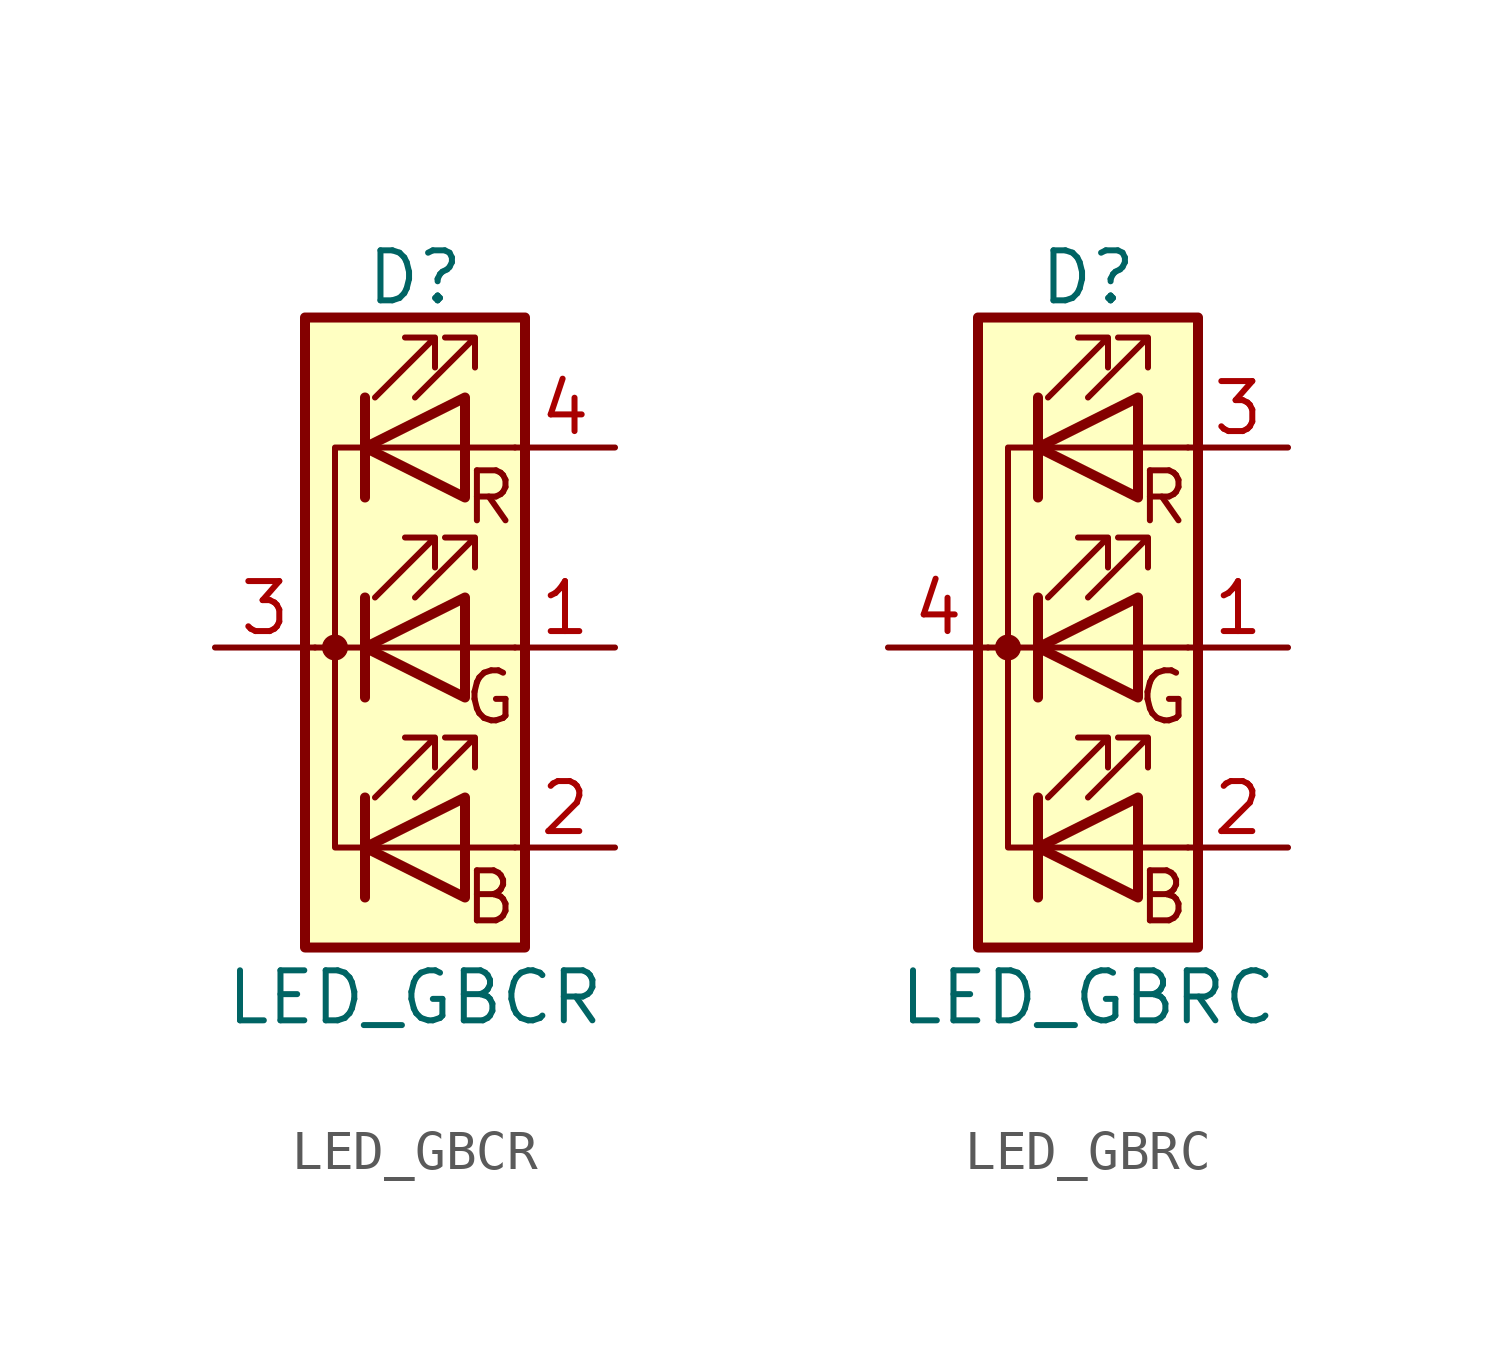
<source format=kicad_sym>
(kicad_symbol_lib
  (version 20211014)
  (generator kicad_symbol_editor)
  (symbol "LED_GBCR"
    (pin_names
      (offset 0) hide)
    (property "Reference" "D"
      (at 0 9.398 0)
      (effects (font (size 1.27 1.27))))
    (property "Value" "LED_GBCR"
      (at 0 -8.89 0)
      (effects (font (size 1.27 1.27))))
    (symbol "LED_GBCR_0_0"
      (text "B" (at 1.905 -6.35 0) (effects (font (size 1.27 1.27))))
      (text "G" (at 1.905 -1.27 0) (effects (font (size 1.27 1.27))))
      (text "R" (at 1.905 3.81 0) (effects (font (size 1.27 1.27)))))
    (symbol "LED_GBCR_0_1"
      (circle (center -2.032 0) (radius 0.254) (stroke (width 0) (type default) (color 0 0 0 0)) (fill (type outline)))
      (polyline (pts (xy -1.27 -5.08) (xy 1.27 -5.08)) (stroke (width 0) (type default) (color 0 0 0 0)) (fill (type none)))
      (polyline (pts (xy -1.27 -3.81) (xy -1.27 -6.35)) (stroke (width 0.254) (type default) (color 0 0 0 0)) (fill (type none)))
      (polyline (pts (xy -1.27 0) (xy -2.54 0)) (stroke (width 0) (type default) (color 0 0 0 0)) (fill (type none)))
      (polyline (pts (xy -1.27 1.27) (xy -1.27 -1.27)) (stroke (width 0.254) (type default) (color 0 0 0 0)) (fill (type none)))
      (polyline (pts (xy -1.27 5.08) (xy 1.27 5.08)) (stroke (width 0) (type default) (color 0 0 0 0)) (fill (type none)))
      (polyline (pts (xy -1.27 6.35) (xy -1.27 3.81)) (stroke (width 0.254) (type default) (color 0 0 0 0)) (fill (type none)))
      (polyline (pts (xy 1.27 -5.08) (xy 2.54 -5.08)) (stroke (width 0) (type default) (color 0 0 0 0)) (fill (type none)))
      (polyline (pts (xy 1.27 0) (xy -1.27 0)) (stroke (width 0) (type default) (color 0 0 0 0)) (fill (type none)))
      (polyline (pts (xy 1.27 0) (xy 2.54 0)) (stroke (width 0) (type default) (color 0 0 0 0)) (fill (type none)))
      (polyline (pts (xy 1.27 5.08) (xy 2.54 5.08)) (stroke (width 0) (type default) (color 0 0 0 0)) (fill (type none)))
      (polyline (pts (xy -1.27 1.27) (xy -1.27 -1.27) (xy -1.27 -1.27)) (stroke (width 0) (type default) (color 0 0 0 0)) (fill (type none)))
      (polyline (pts (xy -1.27 6.35) (xy -1.27 3.81) (xy -1.27 3.81)) (stroke (width 0) (type default) (color 0 0 0 0)) (fill (type none)))
      (polyline (pts (xy -1.27 5.08) (xy -2.032 5.08) (xy -2.032 -5.08) (xy -1.016 -5.08)) (stroke (width 0) (type default) (color 0 0 0 0)) (fill (type none)))
      (polyline (pts (xy 1.27 -3.81) (xy 1.27 -6.35) (xy -1.27 -5.08) (xy 1.27 -3.81)) (stroke (width 0.254) (type default) (color 0 0 0 0)) (fill (type none)))
      (polyline (pts (xy 1.27 1.27) (xy 1.27 -1.27) (xy -1.27 0) (xy 1.27 1.27)) (stroke (width 0.254) (type default) (color 0 0 0 0)) (fill (type none)))
      (polyline (pts (xy 1.27 6.35) (xy 1.27 3.81) (xy -1.27 5.08) (xy 1.27 6.35)) (stroke (width 0.254) (type default) (color 0 0 0 0)) (fill (type none)))
      (polyline (pts (xy -1.016 -3.81) (xy 0.508 -2.286) (xy -0.254 -2.286) (xy 0.508 -2.286) (xy 0.508 -3.048)) (stroke (width 0) (type default) (color 0 0 0 0)) (fill (type none)))
      (polyline (pts (xy -1.016 1.27) (xy 0.508 2.794) (xy -0.254 2.794) (xy 0.508 2.794) (xy 0.508 2.032)) (stroke (width 0) (type default) (color 0 0 0 0)) (fill (type none)))
      (polyline (pts (xy -1.016 6.35) (xy 0.508 7.874) (xy -0.254 7.874) (xy 0.508 7.874) (xy 0.508 7.112)) (stroke (width 0) (type default) (color 0 0 0 0)) (fill (type none)))
      (polyline (pts (xy 0 -3.81) (xy 1.524 -2.286) (xy 0.762 -2.286) (xy 1.524 -2.286) (xy 1.524 -3.048)) (stroke (width 0) (type default) (color 0 0 0 0)) (fill (type none)))
      (polyline (pts (xy 0 1.27) (xy 1.524 2.794) (xy 0.762 2.794) (xy 1.524 2.794) (xy 1.524 2.032)) (stroke (width 0) (type default) (color 0 0 0 0)) (fill (type none)))
      (polyline (pts (xy 0 6.35) (xy 1.524 7.874) (xy 0.762 7.874) (xy 1.524 7.874) (xy 1.524 7.112)) (stroke (width 0) (type default) (color 0 0 0 0)) (fill (type none)))
      (rectangle (start 1.27 -1.27) (end 1.27 1.27) (stroke (width 0) (type default) (color 0 0 0 0)) (fill (type none)))
      (rectangle (start 1.27 1.27) (end 1.27 1.27) (stroke (width 0) (type default) (color 0 0 0 0)) (fill (type none)))
      (rectangle (start 1.27 3.81) (end 1.27 6.35) (stroke (width 0) (type default) (color 0 0 0 0)) (fill (type none)))
      (rectangle (start 1.27 6.35) (end 1.27 6.35) (stroke (width 0) (type default) (color 0 0 0 0)) (fill (type none)))
      (rectangle (start 2.794 8.382) (end -2.794 -7.62) (stroke (width 0.254) (type default) (color 0 0 0 0)) (fill (type background))))
    (symbol "LED_GBCR_1_1"
      (pin passive line (at 5.08 0 180) (length 2.54) (name "GA" (effects (font (size 1.27 1.27)))) (number "1" (effects (font (size 1.27 1.27)))))
      (pin passive line (at 5.08 -5.08 180) (length 2.54) (name "BA" (effects (font (size 1.27 1.27)))) (number "2" (effects (font (size 1.27 1.27)))))
      (pin passive line (at -5.08 0 0) (length 2.54) (name "K" (effects (font (size 1.27 1.27)))) (number "3" (effects (font (size 1.27 1.27)))))
      (pin passive line (at 5.08 5.08 180) (length 2.54) (name "RA" (effects (font (size 1.27 1.27)))) (number "4" (effects (font (size 1.27 1.27)))))))
  (symbol "LED_GBRC"
    (pin_names
      (offset 0) hide)
    (property "Reference" "D"
      (at 0 9.398 0)
      (effects (font (size 1.27 1.27))))
    (property "Value" "LED_GBRC"
      (at 0 -8.89 0)
      (effects (font (size 1.27 1.27))))
    (symbol "LED_GBRC_0_0"
      (text "B" (at 1.905 -6.35 0) (effects (font (size 1.27 1.27))))
      (text "G" (at 1.905 -1.27 0) (effects (font (size 1.27 1.27))))
      (text "R" (at 1.905 3.81 0) (effects (font (size 1.27 1.27)))))
    (symbol "LED_GBRC_0_1"
      (circle (center -2.032 0) (radius 0.254) (stroke (width 0) (type default) (color 0 0 0 0)) (fill (type outline)))
      (polyline (pts (xy -1.27 -5.08) (xy 1.27 -5.08)) (stroke (width 0) (type default) (color 0 0 0 0)) (fill (type none)))
      (polyline (pts (xy -1.27 -3.81) (xy -1.27 -6.35)) (stroke (width 0.254) (type default) (color 0 0 0 0)) (fill (type none)))
      (polyline (pts (xy -1.27 0) (xy -2.54 0)) (stroke (width 0) (type default) (color 0 0 0 0)) (fill (type none)))
      (polyline (pts (xy -1.27 1.27) (xy -1.27 -1.27)) (stroke (width 0.254) (type default) (color 0 0 0 0)) (fill (type none)))
      (polyline (pts (xy -1.27 5.08) (xy 1.27 5.08)) (stroke (width 0) (type default) (color 0 0 0 0)) (fill (type none)))
      (polyline (pts (xy -1.27 6.35) (xy -1.27 3.81)) (stroke (width 0.254) (type default) (color 0 0 0 0)) (fill (type none)))
      (polyline (pts (xy 1.27 -5.08) (xy 2.54 -5.08)) (stroke (width 0) (type default) (color 0 0 0 0)) (fill (type none)))
      (polyline (pts (xy 1.27 0) (xy -1.27 0)) (stroke (width 0) (type default) (color 0 0 0 0)) (fill (type none)))
      (polyline (pts (xy 1.27 0) (xy 2.54 0)) (stroke (width 0) (type default) (color 0 0 0 0)) (fill (type none)))
      (polyline (pts (xy 1.27 5.08) (xy 2.54 5.08)) (stroke (width 0) (type default) (color 0 0 0 0)) (fill (type none)))
      (polyline (pts (xy -1.27 1.27) (xy -1.27 -1.27) (xy -1.27 -1.27)) (stroke (width 0) (type default) (color 0 0 0 0)) (fill (type none)))
      (polyline (pts (xy -1.27 6.35) (xy -1.27 3.81) (xy -1.27 3.81)) (stroke (width 0) (type default) (color 0 0 0 0)) (fill (type none)))
      (polyline (pts (xy -1.27 5.08) (xy -2.032 5.08) (xy -2.032 -5.08) (xy -1.016 -5.08)) (stroke (width 0) (type default) (color 0 0 0 0)) (fill (type none)))
      (polyline (pts (xy 1.27 -3.81) (xy 1.27 -6.35) (xy -1.27 -5.08) (xy 1.27 -3.81)) (stroke (width 0.254) (type default) (color 0 0 0 0)) (fill (type none)))
      (polyline (pts (xy 1.27 1.27) (xy 1.27 -1.27) (xy -1.27 0) (xy 1.27 1.27)) (stroke (width 0.254) (type default) (color 0 0 0 0)) (fill (type none)))
      (polyline (pts (xy 1.27 6.35) (xy 1.27 3.81) (xy -1.27 5.08) (xy 1.27 6.35)) (stroke (width 0.254) (type default) (color 0 0 0 0)) (fill (type none)))
      (polyline (pts (xy -1.016 -3.81) (xy 0.508 -2.286) (xy -0.254 -2.286) (xy 0.508 -2.286) (xy 0.508 -3.048)) (stroke (width 0) (type default) (color 0 0 0 0)) (fill (type none)))
      (polyline (pts (xy -1.016 1.27) (xy 0.508 2.794) (xy -0.254 2.794) (xy 0.508 2.794) (xy 0.508 2.032)) (stroke (width 0) (type default) (color 0 0 0 0)) (fill (type none)))
      (polyline (pts (xy -1.016 6.35) (xy 0.508 7.874) (xy -0.254 7.874) (xy 0.508 7.874) (xy 0.508 7.112)) (stroke (width 0) (type default) (color 0 0 0 0)) (fill (type none)))
      (polyline (pts (xy 0 -3.81) (xy 1.524 -2.286) (xy 0.762 -2.286) (xy 1.524 -2.286) (xy 1.524 -3.048)) (stroke (width 0) (type default) (color 0 0 0 0)) (fill (type none)))
      (polyline (pts (xy 0 1.27) (xy 1.524 2.794) (xy 0.762 2.794) (xy 1.524 2.794) (xy 1.524 2.032)) (stroke (width 0) (type default) (color 0 0 0 0)) (fill (type none)))
      (polyline (pts (xy 0 6.35) (xy 1.524 7.874) (xy 0.762 7.874) (xy 1.524 7.874) (xy 1.524 7.112)) (stroke (width 0) (type default) (color 0 0 0 0)) (fill (type none)))
      (rectangle (start 1.27 -1.27) (end 1.27 1.27) (stroke (width 0) (type default) (color 0 0 0 0)) (fill (type none)))
      (rectangle (start 1.27 1.27) (end 1.27 1.27) (stroke (width 0) (type default) (color 0 0 0 0)) (fill (type none)))
      (rectangle (start 1.27 3.81) (end 1.27 6.35) (stroke (width 0) (type default) (color 0 0 0 0)) (fill (type none)))
      (rectangle (start 1.27 6.35) (end 1.27 6.35) (stroke (width 0) (type default) (color 0 0 0 0)) (fill (type none)))
      (rectangle (start 2.794 8.382) (end -2.794 -7.62) (stroke (width 0.254) (type default) (color 0 0 0 0)) (fill (type background))))
    (symbol "LED_GBRC_1_1"
      (pin passive line (at 5.08 0 180) (length 2.54) (name "GA" (effects (font (size 1.27 1.27)))) (number "1" (effects (font (size 1.27 1.27)))))
      (pin passive line (at 5.08 -5.08 180) (length 2.54) (name "BA" (effects (font (size 1.27 1.27)))) (number "2" (effects (font (size 1.27 1.27)))))
      (pin passive line (at 5.08 5.08 180) (length 2.54) (name "RA" (effects (font (size 1.27 1.27)))) (number "3" (effects (font (size 1.27 1.27)))))
      (pin passive line (at -5.08 0 0) (length 2.54) (name "K" (effects (font (size 1.27 1.27)))) (number "4" (effects (font (size 1.27 1.27))))))))
</source>
